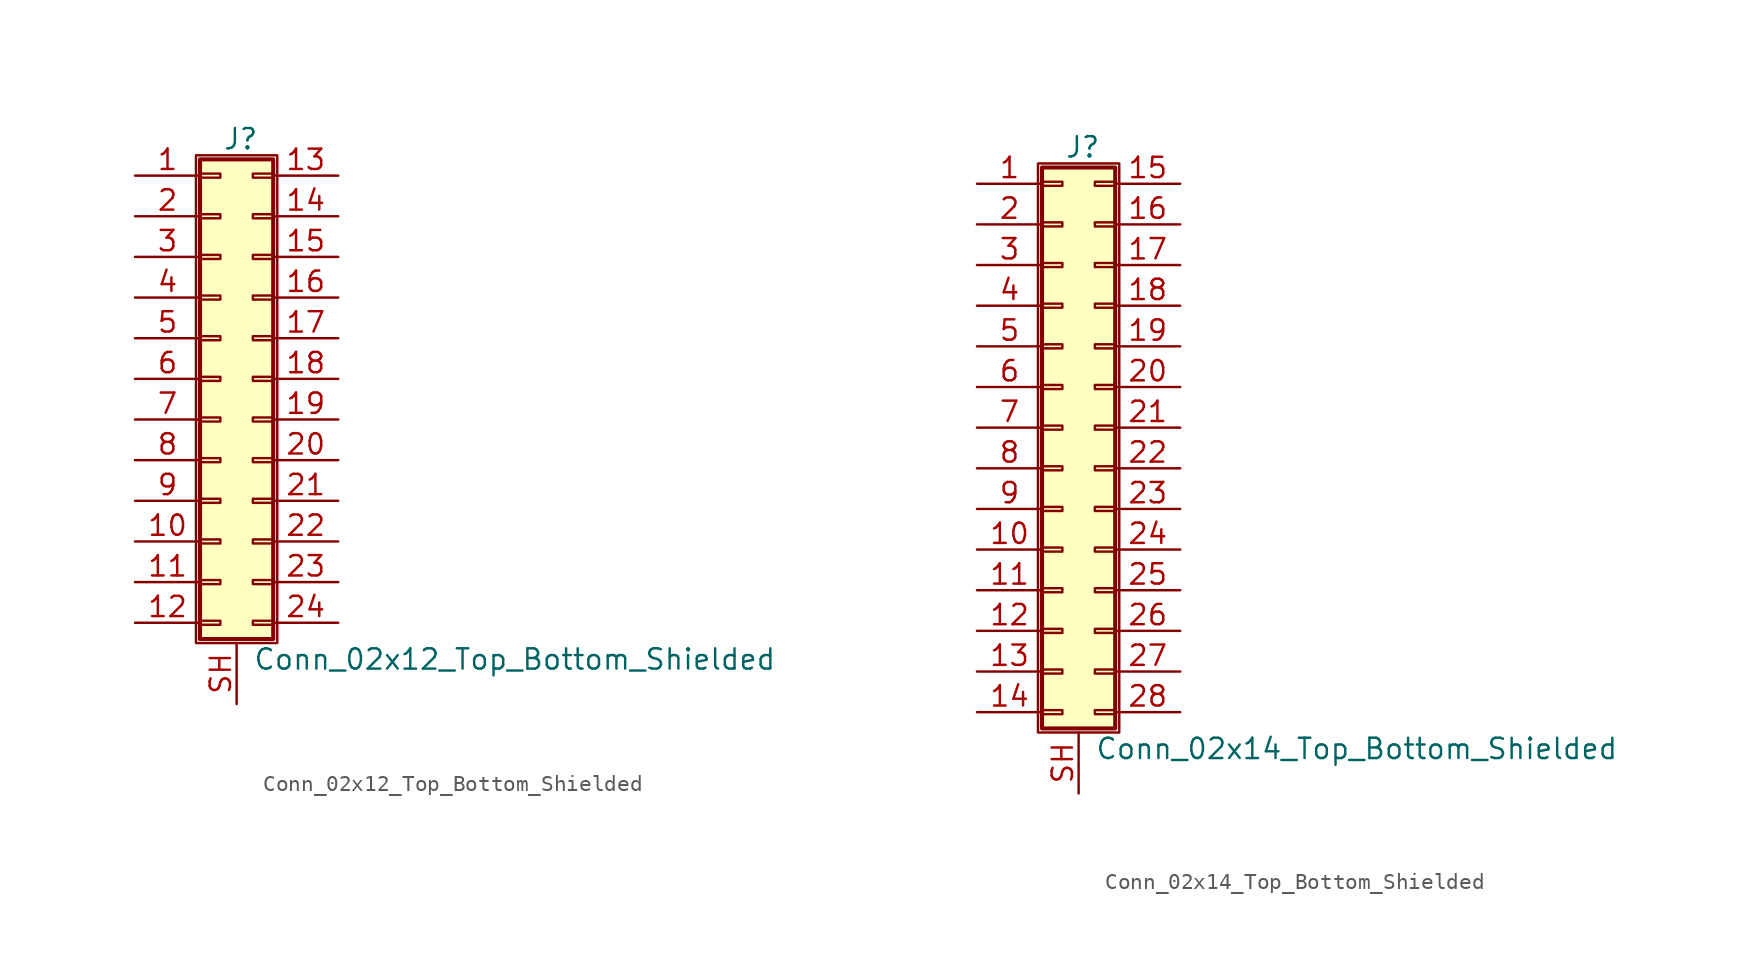
<source format=kicad_sym>
(kicad_symbol_lib
  (version 20211014)
  (generator kicad_symbol_editor)
  (symbol "Conn_02x12_Top_Bottom_Shielded"
    (pin_names
      (offset 1.016) hide)
    (property "Reference" "J"
      (at 1.524 14.986 0)
      (effects (font (size 1.27 1.27))))
    (property "Value" "Conn_02x12_Top_Bottom_Shielded"
      (at 2.286 -17.526 0)
      (effects (font (size 1.27 1.27)) (justify left)))
    (symbol "Conn_02x12_Top_Bottom_Shielded_1_1"
      (rectangle (start -1.27 13.97) (end 3.81 -16.51) (stroke (width 0.152) (type default) (color 0 0 0 0)) (fill (type none)))
      (rectangle (start -1.016 -15.113) (end 0.254 -15.367) (stroke (width 0.152) (type default) (color 0 0 0 0)) (fill (type none)))
      (rectangle (start -1.016 -12.573) (end 0.254 -12.827) (stroke (width 0.152) (type default) (color 0 0 0 0)) (fill (type none)))
      (rectangle (start -1.016 -10.033) (end 0.254 -10.287) (stroke (width 0.152) (type default) (color 0 0 0 0)) (fill (type none)))
      (rectangle (start -1.016 -7.493) (end 0.254 -7.747) (stroke (width 0.152) (type default) (color 0 0 0 0)) (fill (type none)))
      (rectangle (start -1.016 -4.953) (end 0.254 -5.207) (stroke (width 0.152) (type default) (color 0 0 0 0)) (fill (type none)))
      (rectangle (start -1.016 -2.413) (end 0.254 -2.667) (stroke (width 0.152) (type default) (color 0 0 0 0)) (fill (type none)))
      (rectangle (start -1.016 0.127) (end 0.254 -0.127) (stroke (width 0.152) (type default) (color 0 0 0 0)) (fill (type none)))
      (rectangle (start -1.016 2.667) (end 0.254 2.413) (stroke (width 0.152) (type default) (color 0 0 0 0)) (fill (type none)))
      (rectangle (start -1.016 5.207) (end 0.254 4.953) (stroke (width 0.152) (type default) (color 0 0 0 0)) (fill (type none)))
      (rectangle (start -1.016 7.747) (end 0.254 7.493) (stroke (width 0.152) (type default) (color 0 0 0 0)) (fill (type none)))
      (rectangle (start -1.016 10.287) (end 0.254 10.033) (stroke (width 0.152) (type default) (color 0 0 0 0)) (fill (type none)))
      (rectangle (start -1.016 12.827) (end 0.254 12.573) (stroke (width 0.152) (type default) (color 0 0 0 0)) (fill (type none)))
      (rectangle (start -1.016 13.716) (end 3.556 -16.256) (stroke (width 0.254) (type default) (color 0 0 0 0)) (fill (type background)))
      (rectangle (start 3.556 -15.113) (end 2.286 -15.367) (stroke (width 0.152) (type default) (color 0 0 0 0)) (fill (type none)))
      (rectangle (start 3.556 -12.573) (end 2.286 -12.827) (stroke (width 0.152) (type default) (color 0 0 0 0)) (fill (type none)))
      (rectangle (start 3.556 -10.033) (end 2.286 -10.287) (stroke (width 0.152) (type default) (color 0 0 0 0)) (fill (type none)))
      (rectangle (start 3.556 -7.493) (end 2.286 -7.747) (stroke (width 0.152) (type default) (color 0 0 0 0)) (fill (type none)))
      (rectangle (start 3.556 -4.953) (end 2.286 -5.207) (stroke (width 0.152) (type default) (color 0 0 0 0)) (fill (type none)))
      (rectangle (start 3.556 -2.413) (end 2.286 -2.667) (stroke (width 0.152) (type default) (color 0 0 0 0)) (fill (type none)))
      (rectangle (start 3.556 0.127) (end 2.286 -0.127) (stroke (width 0.152) (type default) (color 0 0 0 0)) (fill (type none)))
      (rectangle (start 3.556 2.667) (end 2.286 2.413) (stroke (width 0.152) (type default) (color 0 0 0 0)) (fill (type none)))
      (rectangle (start 3.556 5.207) (end 2.286 4.953) (stroke (width 0.152) (type default) (color 0 0 0 0)) (fill (type none)))
      (rectangle (start 3.556 7.747) (end 2.286 7.493) (stroke (width 0.152) (type default) (color 0 0 0 0)) (fill (type none)))
      (rectangle (start 3.556 10.287) (end 2.286 10.033) (stroke (width 0.152) (type default) (color 0 0 0 0)) (fill (type none)))
      (rectangle (start 3.556 12.827) (end 2.286 12.573) (stroke (width 0.152) (type default) (color 0 0 0 0)) (fill (type none)))
      (pin passive line (at -5.08 12.7 0) (length 4.064) (name "Pin_1" (effects (font (size 1.27 1.27)))) (number "1" (effects (font (size 1.27 1.27)))))
      (pin passive line (at -5.08 -10.16 0) (length 4.064) (name "Pin_10" (effects (font (size 1.27 1.27)))) (number "10" (effects (font (size 1.27 1.27)))))
      (pin passive line (at -5.08 -12.7 0) (length 4.064) (name "Pin_11" (effects (font (size 1.27 1.27)))) (number "11" (effects (font (size 1.27 1.27)))))
      (pin passive line (at -5.08 -15.24 0) (length 4.064) (name "Pin_12" (effects (font (size 1.27 1.27)))) (number "12" (effects (font (size 1.27 1.27)))))
      (pin passive line (at 7.62 12.7 180) (length 4.064) (name "Pin_13" (effects (font (size 1.27 1.27)))) (number "13" (effects (font (size 1.27 1.27)))))
      (pin passive line (at 7.62 10.16 180) (length 4.064) (name "Pin_14" (effects (font (size 1.27 1.27)))) (number "14" (effects (font (size 1.27 1.27)))))
      (pin passive line (at 7.62 7.62 180) (length 4.064) (name "Pin_15" (effects (font (size 1.27 1.27)))) (number "15" (effects (font (size 1.27 1.27)))))
      (pin passive line (at 7.62 5.08 180) (length 4.064) (name "Pin_16" (effects (font (size 1.27 1.27)))) (number "16" (effects (font (size 1.27 1.27)))))
      (pin passive line (at 7.62 2.54 180) (length 4.064) (name "Pin_17" (effects (font (size 1.27 1.27)))) (number "17" (effects (font (size 1.27 1.27)))))
      (pin passive line (at 7.62 0 180) (length 4.064) (name "Pin_18" (effects (font (size 1.27 1.27)))) (number "18" (effects (font (size 1.27 1.27)))))
      (pin passive line (at 7.62 -2.54 180) (length 4.064) (name "Pin_19" (effects (font (size 1.27 1.27)))) (number "19" (effects (font (size 1.27 1.27)))))
      (pin passive line (at -5.08 10.16 0) (length 4.064) (name "Pin_2" (effects (font (size 1.27 1.27)))) (number "2" (effects (font (size 1.27 1.27)))))
      (pin passive line (at 7.62 -5.08 180) (length 4.064) (name "Pin_20" (effects (font (size 1.27 1.27)))) (number "20" (effects (font (size 1.27 1.27)))))
      (pin passive line (at 7.62 -7.62 180) (length 4.064) (name "Pin_21" (effects (font (size 1.27 1.27)))) (number "21" (effects (font (size 1.27 1.27)))))
      (pin passive line (at 7.62 -10.16 180) (length 4.064) (name "Pin_22" (effects (font (size 1.27 1.27)))) (number "22" (effects (font (size 1.27 1.27)))))
      (pin passive line (at 7.62 -12.7 180) (length 4.064) (name "Pin_23" (effects (font (size 1.27 1.27)))) (number "23" (effects (font (size 1.27 1.27)))))
      (pin passive line (at 7.62 -15.24 180) (length 4.064) (name "Pin_24" (effects (font (size 1.27 1.27)))) (number "24" (effects (font (size 1.27 1.27)))))
      (pin passive line (at -5.08 7.62 0) (length 4.064) (name "Pin_3" (effects (font (size 1.27 1.27)))) (number "3" (effects (font (size 1.27 1.27)))))
      (pin passive line (at -5.08 5.08 0) (length 4.064) (name "Pin_4" (effects (font (size 1.27 1.27)))) (number "4" (effects (font (size 1.27 1.27)))))
      (pin passive line (at -5.08 2.54 0) (length 4.064) (name "Pin_5" (effects (font (size 1.27 1.27)))) (number "5" (effects (font (size 1.27 1.27)))))
      (pin passive line (at -5.08 0 0) (length 4.064) (name "Pin_6" (effects (font (size 1.27 1.27)))) (number "6" (effects (font (size 1.27 1.27)))))
      (pin passive line (at -5.08 -2.54 0) (length 4.064) (name "Pin_7" (effects (font (size 1.27 1.27)))) (number "7" (effects (font (size 1.27 1.27)))))
      (pin passive line (at -5.08 -5.08 0) (length 4.064) (name "Pin_8" (effects (font (size 1.27 1.27)))) (number "8" (effects (font (size 1.27 1.27)))))
      (pin passive line (at -5.08 -7.62 0) (length 4.064) (name "Pin_9" (effects (font (size 1.27 1.27)))) (number "9" (effects (font (size 1.27 1.27)))))
      (pin passive line (at 1.27 -20.32 90) (length 3.81) (name "Shield" (effects (font (size 1.27 1.27)))) (number "SH" (effects (font (size 1.27 1.27)))))))
  (symbol "Conn_02x14_Top_Bottom_Shielded"
    (pin_names
      (offset 1.016) hide)
    (property "Reference" "J"
      (at 1.524 17.526 0)
      (effects (font (size 1.27 1.27))))
    (property "Value" "Conn_02x14_Top_Bottom_Shielded"
      (at 2.286 -20.066 0)
      (effects (font (size 1.27 1.27)) (justify left)))
    (symbol "Conn_02x14_Top_Bottom_Shielded_1_1"
      (rectangle (start -1.27 16.51) (end 3.81 -19.05) (stroke (width 0.152) (type default) (color 0 0 0 0)) (fill (type none)))
      (rectangle (start -1.016 -17.653) (end 0.254 -17.907) (stroke (width 0.152) (type default) (color 0 0 0 0)) (fill (type none)))
      (rectangle (start -1.016 -15.113) (end 0.254 -15.367) (stroke (width 0.152) (type default) (color 0 0 0 0)) (fill (type none)))
      (rectangle (start -1.016 -12.573) (end 0.254 -12.827) (stroke (width 0.152) (type default) (color 0 0 0 0)) (fill (type none)))
      (rectangle (start -1.016 -10.033) (end 0.254 -10.287) (stroke (width 0.152) (type default) (color 0 0 0 0)) (fill (type none)))
      (rectangle (start -1.016 -7.493) (end 0.254 -7.747) (stroke (width 0.152) (type default) (color 0 0 0 0)) (fill (type none)))
      (rectangle (start -1.016 -4.953) (end 0.254 -5.207) (stroke (width 0.152) (type default) (color 0 0 0 0)) (fill (type none)))
      (rectangle (start -1.016 -2.413) (end 0.254 -2.667) (stroke (width 0.152) (type default) (color 0 0 0 0)) (fill (type none)))
      (rectangle (start -1.016 0.127) (end 0.254 -0.127) (stroke (width 0.152) (type default) (color 0 0 0 0)) (fill (type none)))
      (rectangle (start -1.016 2.667) (end 0.254 2.413) (stroke (width 0.152) (type default) (color 0 0 0 0)) (fill (type none)))
      (rectangle (start -1.016 5.207) (end 0.254 4.953) (stroke (width 0.152) (type default) (color 0 0 0 0)) (fill (type none)))
      (rectangle (start -1.016 7.747) (end 0.254 7.493) (stroke (width 0.152) (type default) (color 0 0 0 0)) (fill (type none)))
      (rectangle (start -1.016 10.287) (end 0.254 10.033) (stroke (width 0.152) (type default) (color 0 0 0 0)) (fill (type none)))
      (rectangle (start -1.016 12.827) (end 0.254 12.573) (stroke (width 0.152) (type default) (color 0 0 0 0)) (fill (type none)))
      (rectangle (start -1.016 15.367) (end 0.254 15.113) (stroke (width 0.152) (type default) (color 0 0 0 0)) (fill (type none)))
      (rectangle (start -1.016 16.256) (end 3.556 -18.796) (stroke (width 0.254) (type default) (color 0 0 0 0)) (fill (type background)))
      (rectangle (start 3.556 -17.653) (end 2.286 -17.907) (stroke (width 0.152) (type default) (color 0 0 0 0)) (fill (type none)))
      (rectangle (start 3.556 -15.113) (end 2.286 -15.367) (stroke (width 0.152) (type default) (color 0 0 0 0)) (fill (type none)))
      (rectangle (start 3.556 -12.573) (end 2.286 -12.827) (stroke (width 0.152) (type default) (color 0 0 0 0)) (fill (type none)))
      (rectangle (start 3.556 -10.033) (end 2.286 -10.287) (stroke (width 0.152) (type default) (color 0 0 0 0)) (fill (type none)))
      (rectangle (start 3.556 -7.493) (end 2.286 -7.747) (stroke (width 0.152) (type default) (color 0 0 0 0)) (fill (type none)))
      (rectangle (start 3.556 -4.953) (end 2.286 -5.207) (stroke (width 0.152) (type default) (color 0 0 0 0)) (fill (type none)))
      (rectangle (start 3.556 -2.413) (end 2.286 -2.667) (stroke (width 0.152) (type default) (color 0 0 0 0)) (fill (type none)))
      (rectangle (start 3.556 0.127) (end 2.286 -0.127) (stroke (width 0.152) (type default) (color 0 0 0 0)) (fill (type none)))
      (rectangle (start 3.556 2.667) (end 2.286 2.413) (stroke (width 0.152) (type default) (color 0 0 0 0)) (fill (type none)))
      (rectangle (start 3.556 5.207) (end 2.286 4.953) (stroke (width 0.152) (type default) (color 0 0 0 0)) (fill (type none)))
      (rectangle (start 3.556 7.747) (end 2.286 7.493) (stroke (width 0.152) (type default) (color 0 0 0 0)) (fill (type none)))
      (rectangle (start 3.556 10.287) (end 2.286 10.033) (stroke (width 0.152) (type default) (color 0 0 0 0)) (fill (type none)))
      (rectangle (start 3.556 12.827) (end 2.286 12.573) (stroke (width 0.152) (type default) (color 0 0 0 0)) (fill (type none)))
      (rectangle (start 3.556 15.367) (end 2.286 15.113) (stroke (width 0.152) (type default) (color 0 0 0 0)) (fill (type none)))
      (pin passive line (at -5.08 15.24 0) (length 4.064) (name "Pin_1" (effects (font (size 1.27 1.27)))) (number "1" (effects (font (size 1.27 1.27)))))
      (pin passive line (at -5.08 -7.62 0) (length 4.064) (name "Pin_10" (effects (font (size 1.27 1.27)))) (number "10" (effects (font (size 1.27 1.27)))))
      (pin passive line (at -5.08 -10.16 0) (length 4.064) (name "Pin_11" (effects (font (size 1.27 1.27)))) (number "11" (effects (font (size 1.27 1.27)))))
      (pin passive line (at -5.08 -12.7 0) (length 4.064) (name "Pin_12" (effects (font (size 1.27 1.27)))) (number "12" (effects (font (size 1.27 1.27)))))
      (pin passive line (at -5.08 -15.24 0) (length 4.064) (name "Pin_13" (effects (font (size 1.27 1.27)))) (number "13" (effects (font (size 1.27 1.27)))))
      (pin passive line (at -5.08 -17.78 0) (length 4.064) (name "Pin_14" (effects (font (size 1.27 1.27)))) (number "14" (effects (font (size 1.27 1.27)))))
      (pin passive line (at 7.62 15.24 180) (length 4.064) (name "Pin_15" (effects (font (size 1.27 1.27)))) (number "15" (effects (font (size 1.27 1.27)))))
      (pin passive line (at 7.62 12.7 180) (length 4.064) (name "Pin_16" (effects (font (size 1.27 1.27)))) (number "16" (effects (font (size 1.27 1.27)))))
      (pin passive line (at 7.62 10.16 180) (length 4.064) (name "Pin_17" (effects (font (size 1.27 1.27)))) (number "17" (effects (font (size 1.27 1.27)))))
      (pin passive line (at 7.62 7.62 180) (length 4.064) (name "Pin_18" (effects (font (size 1.27 1.27)))) (number "18" (effects (font (size 1.27 1.27)))))
      (pin passive line (at 7.62 5.08 180) (length 4.064) (name "Pin_19" (effects (font (size 1.27 1.27)))) (number "19" (effects (font (size 1.27 1.27)))))
      (pin passive line (at -5.08 12.7 0) (length 4.064) (name "Pin_2" (effects (font (size 1.27 1.27)))) (number "2" (effects (font (size 1.27 1.27)))))
      (pin passive line (at 7.62 2.54 180) (length 4.064) (name "Pin_20" (effects (font (size 1.27 1.27)))) (number "20" (effects (font (size 1.27 1.27)))))
      (pin passive line (at 7.62 0 180) (length 4.064) (name "Pin_21" (effects (font (size 1.27 1.27)))) (number "21" (effects (font (size 1.27 1.27)))))
      (pin passive line (at 7.62 -2.54 180) (length 4.064) (name "Pin_22" (effects (font (size 1.27 1.27)))) (number "22" (effects (font (size 1.27 1.27)))))
      (pin passive line (at 7.62 -5.08 180) (length 4.064) (name "Pin_23" (effects (font (size 1.27 1.27)))) (number "23" (effects (font (size 1.27 1.27)))))
      (pin passive line (at 7.62 -7.62 180) (length 4.064) (name "Pin_24" (effects (font (size 1.27 1.27)))) (number "24" (effects (font (size 1.27 1.27)))))
      (pin passive line (at 7.62 -10.16 180) (length 4.064) (name "Pin_25" (effects (font (size 1.27 1.27)))) (number "25" (effects (font (size 1.27 1.27)))))
      (pin passive line (at 7.62 -12.7 180) (length 4.064) (name "Pin_26" (effects (font (size 1.27 1.27)))) (number "26" (effects (font (size 1.27 1.27)))))
      (pin passive line (at 7.62 -15.24 180) (length 4.064) (name "Pin_27" (effects (font (size 1.27 1.27)))) (number "27" (effects (font (size 1.27 1.27)))))
      (pin passive line (at 7.62 -17.78 180) (length 4.064) (name "Pin_28" (effects (font (size 1.27 1.27)))) (number "28" (effects (font (size 1.27 1.27)))))
      (pin passive line (at -5.08 10.16 0) (length 4.064) (name "Pin_3" (effects (font (size 1.27 1.27)))) (number "3" (effects (font (size 1.27 1.27)))))
      (pin passive line (at -5.08 7.62 0) (length 4.064) (name "Pin_4" (effects (font (size 1.27 1.27)))) (number "4" (effects (font (size 1.27 1.27)))))
      (pin passive line (at -5.08 5.08 0) (length 4.064) (name "Pin_5" (effects (font (size 1.27 1.27)))) (number "5" (effects (font (size 1.27 1.27)))))
      (pin passive line (at -5.08 2.54 0) (length 4.064) (name "Pin_6" (effects (font (size 1.27 1.27)))) (number "6" (effects (font (size 1.27 1.27)))))
      (pin passive line (at -5.08 0 0) (length 4.064) (name "Pin_7" (effects (font (size 1.27 1.27)))) (number "7" (effects (font (size 1.27 1.27)))))
      (pin passive line (at -5.08 -2.54 0) (length 4.064) (name "Pin_8" (effects (font (size 1.27 1.27)))) (number "8" (effects (font (size 1.27 1.27)))))
      (pin passive line (at -5.08 -5.08 0) (length 4.064) (name "Pin_9" (effects (font (size 1.27 1.27)))) (number "9" (effects (font (size 1.27 1.27)))))
      (pin passive line (at 1.27 -22.86 90) (length 3.81) (name "Shield" (effects (font (size 1.27 1.27)))) (number "SH" (effects (font (size 1.27 1.27))))))))
</source>
